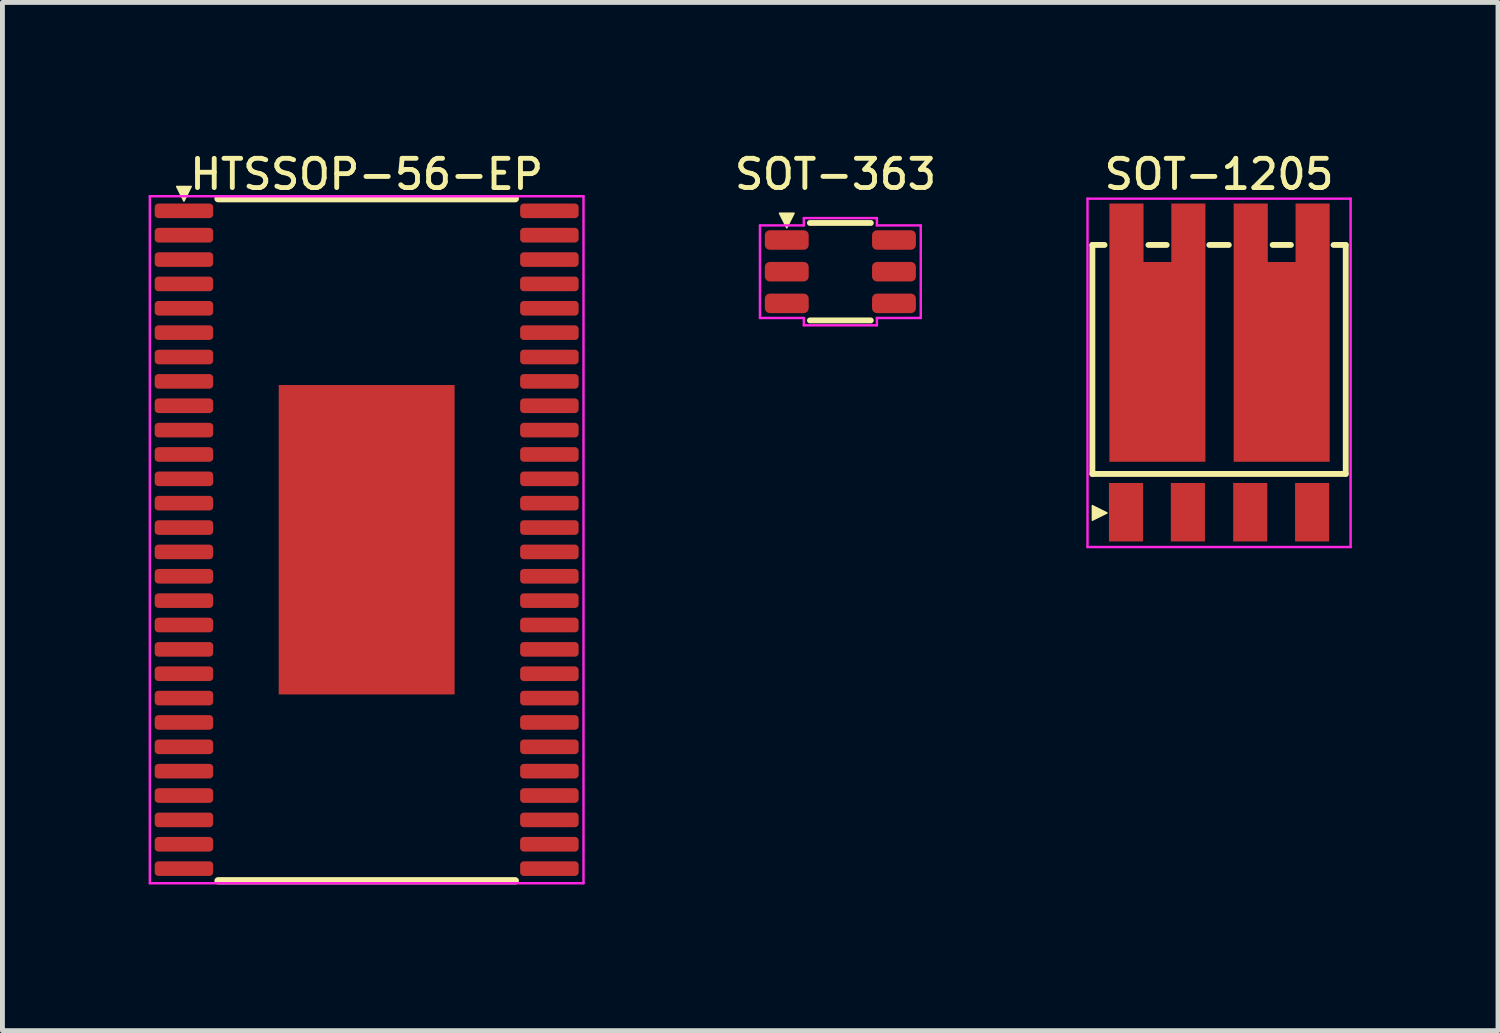
<source format=kicad_pcb>
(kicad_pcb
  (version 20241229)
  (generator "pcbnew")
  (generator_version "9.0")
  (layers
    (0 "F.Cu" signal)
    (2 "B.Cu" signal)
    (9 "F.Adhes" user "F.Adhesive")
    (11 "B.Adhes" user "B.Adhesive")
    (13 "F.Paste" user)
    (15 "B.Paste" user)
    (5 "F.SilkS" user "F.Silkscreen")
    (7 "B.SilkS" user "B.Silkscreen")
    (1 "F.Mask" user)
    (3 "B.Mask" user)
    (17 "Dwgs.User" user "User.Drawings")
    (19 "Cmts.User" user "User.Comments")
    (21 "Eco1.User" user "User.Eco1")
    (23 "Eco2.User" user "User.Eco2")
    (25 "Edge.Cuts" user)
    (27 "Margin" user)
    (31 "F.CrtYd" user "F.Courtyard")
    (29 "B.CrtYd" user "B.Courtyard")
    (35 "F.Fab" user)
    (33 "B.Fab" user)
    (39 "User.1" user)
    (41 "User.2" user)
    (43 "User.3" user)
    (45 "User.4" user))
  (footprint "SOT-363"
    (layer "F.Cu")
    (at 14.197 2.526)
    (property "Reference" "SOT-363" (at -0.1 -2 0) (layer "F.SilkS") (effects (font (size 0.6 0.6) (thickness 0.1))))
    (attr smd)
    (fp_line (start -0.625 -1) (end 0.625 -1) (stroke (width 0.12) (type solid)) (layer "F.SilkS"))
    (fp_line (start -0.625 1) (end 0.625 1) (stroke (width 0.12) (type solid)) (layer "F.SilkS"))
    (fp_poly (pts (xy -1.1 -0.9) (xy -1.25 -1.2) (xy -0.95 -1.2)) (stroke (width 0.03) (type solid)) (fill yes) (layer "F.SilkS"))
    (fp_line (start -1.65 -0.95) (end -1.65 0.95) (stroke (width 0.05) (type solid)) (layer "F.CrtYd"))
    (fp_line (start -1.65 0.95) (end -0.75 0.95) (stroke (width 0.05) (type solid)) (layer "F.CrtYd"))
    (fp_line (start -0.75 -1.1) (end -0.75 -0.95) (stroke (width 0.05) (type solid)) (layer "F.CrtYd"))
    (fp_line (start -0.75 -0.95) (end -1.65 -0.95) (stroke (width 0.05) (type solid)) (layer "F.CrtYd"))
    (fp_line (start -0.75 0.95) (end -0.75 1.1) (stroke (width 0.05) (type solid)) (layer "F.CrtYd"))
    (fp_line (start -0.75 1.1) (end 0.75 1.1) (stroke (width 0.05) (type solid)) (layer "F.CrtYd"))
    (fp_line (start 0.75 -1.1) (end -0.75 -1.1) (stroke (width 0.05) (type solid)) (layer "F.CrtYd"))
    (fp_line (start 0.75 -0.95) (end 0.75 -1.1) (stroke (width 0.05) (type solid)) (layer "F.CrtYd"))
    (fp_line (start 0.75 0.95) (end 1.65 0.95) (stroke (width 0.05) (type solid)) (layer "F.CrtYd"))
    (fp_line (start 0.75 1.1) (end 0.75 0.95) (stroke (width 0.05) (type solid)) (layer "F.CrtYd"))
    (fp_line (start 1.65 -0.95) (end 0.75 -0.95) (stroke (width 0.05) (type solid)) (layer "F.CrtYd"))
    (fp_line (start 1.65 0.95) (end 1.65 -0.95) (stroke (width 0.05) (type solid)) (layer "F.CrtYd"))
    (pad "1" smd roundrect (at -1.1 -0.65) (size 0.9 0.4) (layers "F.Cu" "F.Mask" "F.Paste") (roundrect_rratio 0.25))
    (pad "2" smd roundrect (at -1.1 0) (size 0.9 0.4) (layers "F.Cu" "F.Mask" "F.Paste") (roundrect_rratio 0.25))
    (pad "3" smd roundrect (at -1.1 0.65) (size 0.9 0.4) (layers "F.Cu" "F.Mask" "F.Paste") (roundrect_rratio 0.25))
    (pad "4" smd roundrect (at 1.1 0.65) (size 0.9 0.4) (layers "F.Cu" "F.Mask" "F.Paste") (roundrect_rratio 0.25))
    (pad "5" smd roundrect (at 1.1 0) (size 0.9 0.4) (layers "F.Cu" "F.Mask" "F.Paste") (roundrect_rratio 0.25))
    (pad "6" smd roundrect (at 1.1 -0.65) (size 0.9 0.4) (layers "F.Cu" "F.Mask" "F.Paste") (roundrect_rratio 0.25)))
  (footprint "HTSSOP-56-EP"
    (layer "F.Cu")
    (at 4.475 8.027)
    (property "Reference" "HTSSOP-56-EP" (at 0 -7.5 0) (layer "F.SilkS") (effects (font (size 0.6 0.6) (thickness 0.1))))
    (attr smd)
    (fp_line (start -3.05 -7) (end 3.05 -7) (stroke (width 0.15) (type solid)) (layer "F.SilkS"))
    (fp_line (start -3.05 7) (end 3.05 7) (stroke (width 0.15) (type solid)) (layer "F.SilkS"))
    (fp_poly (pts (xy -3.75 -6.95) (xy -3.9 -7.25) (xy -3.6 -7.25)) (stroke (width 0.03) (type solid)) (fill yes) (layer "F.SilkS"))
    (fp_line (start -4.45 -7.05) (end -4.45 7.05) (stroke (width 0.05) (type solid)) (layer "F.CrtYd"))
    (fp_line (start -4.45 -7.05) (end 4.45 -7.05) (stroke (width 0.05) (type solid)) (layer "F.CrtYd"))
    (fp_line (start -4.45 7.05) (end 4.45 7.05) (stroke (width 0.05) (type solid)) (layer "F.CrtYd"))
    (fp_line (start 4.45 -7.05) (end 4.45 7.05) (stroke (width 0.05) (type solid)) (layer "F.CrtYd"))
    (pad "" smd rect (at -1.203 -2.54) (size 0.96 1.03) (layers "F.Paste"))
    (pad "" smd rect (at -1.203 -1.27) (size 0.96 1.03) (layers "F.Paste"))
    (pad "" smd rect (at -1.203 0) (size 0.96 1.03) (layers "F.Paste"))
    (pad "" smd rect (at -1.203 1.27) (size 0.96 1.03) (layers "F.Paste"))
    (pad "" smd rect (at -1.203 2.54) (size 0.96 1.03) (layers "F.Paste"))
    (pad "" smd rect (at 0 -2.54) (size 0.96 1.03) (layers "F.Paste"))
    (pad "" smd rect (at 0 -1.27) (size 0.96 1.03) (layers "F.Paste"))
    (pad "" smd rect (at 0 0) (size 0.96 1.03) (layers "F.Paste"))
    (pad "" smd rect (at 0 1.27) (size 0.96 1.03) (layers "F.Paste"))
    (pad "" smd rect (at 0 2.54) (size 0.96 1.03) (layers "F.Paste"))
    (pad "" smd rect (at 1.203 -2.54) (size 0.96 1.03) (layers "F.Paste"))
    (pad "" smd rect (at 1.203 -1.27) (size 0.96 1.03) (layers "F.Paste"))
    (pad "" smd rect (at 1.203 0) (size 0.96 1.03) (layers "F.Paste"))
    (pad "" smd rect (at 1.203 1.27) (size 0.96 1.03) (layers "F.Paste"))
    (pad "" smd rect (at 1.203 2.54) (size 0.96 1.03) (layers "F.Paste"))
    (pad "1" smd roundrect (at -3.75 -6.75) (size 1.2 0.3) (layers "F.Cu" "F.Mask" "F.Paste") (roundrect_rratio 0.25))
    (pad "2" smd roundrect (at -3.75 -6.25) (size 1.2 0.3) (layers "F.Cu" "F.Mask" "F.Paste") (roundrect_rratio 0.25))
    (pad "3" smd roundrect (at -3.75 -5.75) (size 1.2 0.3) (layers "F.Cu" "F.Mask" "F.Paste") (roundrect_rratio 0.25))
    (pad "4" smd roundrect (at -3.75 -5.25) (size 1.2 0.3) (layers "F.Cu" "F.Mask" "F.Paste") (roundrect_rratio 0.25))
    (pad "5" smd roundrect (at -3.75 -4.75) (size 1.2 0.3) (layers "F.Cu" "F.Mask" "F.Paste") (roundrect_rratio 0.25))
    (pad "6" smd roundrect (at -3.75 -4.25) (size 1.2 0.3) (layers "F.Cu" "F.Mask" "F.Paste") (roundrect_rratio 0.25))
    (pad "7" smd roundrect (at -3.75 -3.75) (size 1.2 0.3) (layers "F.Cu" "F.Mask" "F.Paste") (roundrect_rratio 0.25))
    (pad "8" smd roundrect (at -3.75 -3.25) (size 1.2 0.3) (layers "F.Cu" "F.Mask" "F.Paste") (roundrect_rratio 0.25))
    (pad "9" smd roundrect (at -3.75 -2.75) (size 1.2 0.3) (layers "F.Cu" "F.Mask" "F.Paste") (roundrect_rratio 0.25))
    (pad "10" smd roundrect (at -3.75 -2.25) (size 1.2 0.3) (layers "F.Cu" "F.Mask" "F.Paste") (roundrect_rratio 0.25))
    (pad "11" smd roundrect (at -3.75 -1.75) (size 1.2 0.3) (layers "F.Cu" "F.Mask" "F.Paste") (roundrect_rratio 0.25))
    (pad "12" smd roundrect (at -3.75 -1.25) (size 1.2 0.3) (layers "F.Cu" "F.Mask" "F.Paste") (roundrect_rratio 0.25))
    (pad "13" smd roundrect (at -3.75 -0.75) (size 1.2 0.3) (layers "F.Cu" "F.Mask" "F.Paste") (roundrect_rratio 0.25))
    (pad "14" smd roundrect (at -3.75 -0.25) (size 1.2 0.3) (layers "F.Cu" "F.Mask" "F.Paste") (roundrect_rratio 0.25))
    (pad "15" smd roundrect (at -3.75 0.25) (size 1.2 0.3) (layers "F.Cu" "F.Mask" "F.Paste") (roundrect_rratio 0.25))
    (pad "16" smd roundrect (at -3.75 0.75) (size 1.2 0.3) (layers "F.Cu" "F.Mask" "F.Paste") (roundrect_rratio 0.25))
    (pad "17" smd roundrect (at -3.75 1.25) (size 1.2 0.3) (layers "F.Cu" "F.Mask" "F.Paste") (roundrect_rratio 0.25))
    (pad "18" smd roundrect (at -3.75 1.75) (size 1.2 0.3) (layers "F.Cu" "F.Mask" "F.Paste") (roundrect_rratio 0.25))
    (pad "19" smd roundrect (at -3.75 2.25) (size 1.2 0.3) (layers "F.Cu" "F.Mask" "F.Paste") (roundrect_rratio 0.25))
    (pad "20" smd roundrect (at -3.75 2.75) (size 1.2 0.3) (layers "F.Cu" "F.Mask" "F.Paste") (roundrect_rratio 0.25))
    (pad "21" smd roundrect (at -3.75 3.25) (size 1.2 0.3) (layers "F.Cu" "F.Mask" "F.Paste") (roundrect_rratio 0.25))
    (pad "22" smd roundrect (at -3.75 3.75) (size 1.2 0.3) (layers "F.Cu" "F.Mask" "F.Paste") (roundrect_rratio 0.25))
    (pad "23" smd roundrect (at -3.75 4.25) (size 1.2 0.3) (layers "F.Cu" "F.Mask" "F.Paste") (roundrect_rratio 0.25))
    (pad "24" smd roundrect (at -3.75 4.75) (size 1.2 0.3) (layers "F.Cu" "F.Mask" "F.Paste") (roundrect_rratio 0.25))
    (pad "25" smd roundrect (at -3.75 5.25) (size 1.2 0.3) (layers "F.Cu" "F.Mask" "F.Paste") (roundrect_rratio 0.25))
    (pad "26" smd roundrect (at -3.75 5.75) (size 1.2 0.3) (layers "F.Cu" "F.Mask" "F.Paste") (roundrect_rratio 0.25))
    (pad "27" smd roundrect (at -3.75 6.25) (size 1.2 0.3) (layers "F.Cu" "F.Mask" "F.Paste") (roundrect_rratio 0.25))
    (pad "28" smd roundrect (at -3.75 6.75) (size 1.2 0.3) (layers "F.Cu" "F.Mask" "F.Paste") (roundrect_rratio 0.25))
    (pad "29" smd roundrect (at 3.75 6.75) (size 1.2 0.3) (layers "F.Cu" "F.Mask" "F.Paste") (roundrect_rratio 0.25))
    (pad "30" smd roundrect (at 3.75 6.25) (size 1.2 0.3) (layers "F.Cu" "F.Mask" "F.Paste") (roundrect_rratio 0.25))
    (pad "31" smd roundrect (at 3.75 5.75) (size 1.2 0.3) (layers "F.Cu" "F.Mask" "F.Paste") (roundrect_rratio 0.25))
    (pad "32" smd roundrect (at 3.75 5.25) (size 1.2 0.3) (layers "F.Cu" "F.Mask" "F.Paste") (roundrect_rratio 0.25))
    (pad "33" smd roundrect (at 3.75 4.75) (size 1.2 0.3) (layers "F.Cu" "F.Mask" "F.Paste") (roundrect_rratio 0.25))
    (pad "34" smd roundrect (at 3.75 4.25) (size 1.2 0.3) (layers "F.Cu" "F.Mask" "F.Paste") (roundrect_rratio 0.25))
    (pad "35" smd roundrect (at 3.75 3.75) (size 1.2 0.3) (layers "F.Cu" "F.Mask" "F.Paste") (roundrect_rratio 0.25))
    (pad "36" smd roundrect (at 3.75 3.25) (size 1.2 0.3) (layers "F.Cu" "F.Mask" "F.Paste") (roundrect_rratio 0.25))
    (pad "37" smd roundrect (at 3.75 2.75) (size 1.2 0.3) (layers "F.Cu" "F.Mask" "F.Paste") (roundrect_rratio 0.25))
    (pad "38" smd roundrect (at 3.75 2.25) (size 1.2 0.3) (layers "F.Cu" "F.Mask" "F.Paste") (roundrect_rratio 0.25))
    (pad "39" smd roundrect (at 3.75 1.75) (size 1.2 0.3) (layers "F.Cu" "F.Mask" "F.Paste") (roundrect_rratio 0.25))
    (pad "40" smd roundrect (at 3.75 1.25) (size 1.2 0.3) (layers "F.Cu" "F.Mask" "F.Paste") (roundrect_rratio 0.25))
    (pad "41" smd roundrect (at 3.75 0.75) (size 1.2 0.3) (layers "F.Cu" "F.Mask" "F.Paste") (roundrect_rratio 0.25))
    (pad "42" smd roundrect (at 3.75 0.25) (size 1.2 0.3) (layers "F.Cu" "F.Mask" "F.Paste") (roundrect_rratio 0.25))
    (pad "43" smd roundrect (at 3.75 -0.25) (size 1.2 0.3) (layers "F.Cu" "F.Mask" "F.Paste") (roundrect_rratio 0.25))
    (pad "44" smd roundrect (at 3.75 -0.75) (size 1.2 0.3) (layers "F.Cu" "F.Mask" "F.Paste") (roundrect_rratio 0.25))
    (pad "45" smd roundrect (at 3.75 -1.25) (size 1.2 0.3) (layers "F.Cu" "F.Mask" "F.Paste") (roundrect_rratio 0.25))
    (pad "46" smd roundrect (at 3.75 -1.75) (size 1.2 0.3) (layers "F.Cu" "F.Mask" "F.Paste") (roundrect_rratio 0.25))
    (pad "47" smd roundrect (at 3.75 -2.25) (size 1.2 0.3) (layers "F.Cu" "F.Mask" "F.Paste") (roundrect_rratio 0.25))
    (pad "48" smd roundrect (at 3.75 -2.75) (size 1.2 0.3) (layers "F.Cu" "F.Mask" "F.Paste") (roundrect_rratio 0.25))
    (pad "49" smd roundrect (at 3.75 -3.25) (size 1.2 0.3) (layers "F.Cu" "F.Mask" "F.Paste") (roundrect_rratio 0.25))
    (pad "50" smd roundrect (at 3.75 -3.75) (size 1.2 0.3) (layers "F.Cu" "F.Mask" "F.Paste") (roundrect_rratio 0.25))
    (pad "51" smd roundrect (at 3.75 -4.25) (size 1.2 0.3) (layers "F.Cu" "F.Mask" "F.Paste") (roundrect_rratio 0.25))
    (pad "52" smd roundrect (at 3.75 -4.75) (size 1.2 0.3) (layers "F.Cu" "F.Mask" "F.Paste") (roundrect_rratio 0.25))
    (pad "53" smd roundrect (at 3.75 -5.25) (size 1.2 0.3) (layers "F.Cu" "F.Mask" "F.Paste") (roundrect_rratio 0.25))
    (pad "54" smd roundrect (at 3.75 -5.75) (size 1.2 0.3) (layers "F.Cu" "F.Mask" "F.Paste") (roundrect_rratio 0.25))
    (pad "55" smd roundrect (at 3.75 -6.25) (size 1.2 0.3) (layers "F.Cu" "F.Mask" "F.Paste") (roundrect_rratio 0.25))
    (pad "56" smd roundrect (at 3.75 -6.75) (size 1.2 0.3) (layers "F.Cu" "F.Mask" "F.Paste") (roundrect_rratio 0.25))
    (pad "57" smd trapezoid (at 0 0) (size 3.61 6.35) (layers "F.Cu" "F.Mask")))
  (footprint "SOT-1205"
    (layer "F.Cu")
    (at 21.969 4.327)
    (property "Reference" "SOT-1205" (at 0 -3.8 0) (layer "F.SilkS") (effects (font (size 0.6 0.6) (thickness 0.1))))
    (attr smd)
    (fp_line (start -2.6 -2.35) (end -2.6 2.35) (stroke (width 0.12) (type solid)) (layer "F.SilkS"))
    (fp_line (start -2.6 2.35) (end 2.6 2.35) (stroke (width 0.12) (type solid)) (layer "F.SilkS"))
    (fp_line (start -2.35 -2.35) (end -2.6 -2.35) (stroke (width 0.12) (type solid)) (layer "F.SilkS"))
    (fp_line (start -1.075 -2.35) (end -1.45 -2.35) (stroke (width 0.12) (type solid)) (layer "F.SilkS"))
    (fp_line (start 0.2 -2.35) (end -0.2 -2.35) (stroke (width 0.12) (type solid)) (layer "F.SilkS"))
    (fp_line (start 1.475 -2.35) (end 1.1 -2.35) (stroke (width 0.12) (type solid)) (layer "F.SilkS"))
    (fp_line (start 2.6 -2.35) (end 2.35 -2.35) (stroke (width 0.12) (type solid)) (layer "F.SilkS"))
    (fp_line (start 2.6 -2.35) (end 2.6 2.35) (stroke (width 0.12) (type solid)) (layer "F.SilkS"))
    (fp_poly (pts (xy -2.3 3.15) (xy -2.6 3.3) (xy -2.6 3)) (stroke (width 0.03) (type solid)) (fill yes) (layer "F.SilkS"))
    (fp_line (start -2.7 -3.3) (end -2.7 3.85) (stroke (width 0.05) (type solid)) (layer "F.CrtYd"))
    (fp_line (start -2.7 -3.3) (end 2.7 -3.3) (stroke (width 0.05) (type solid)) (layer "F.CrtYd"))
    (fp_line (start 2.7 3.85) (end -2.7 3.85) (stroke (width 0.05) (type solid)) (layer "F.CrtYd"))
    (fp_line (start 2.7 3.85) (end 2.7 -3.3) (stroke (width 0.05) (type solid)) (layer "F.CrtYd"))
    (pad "1" smd rect (at -1.91 3.135) (size 0.7 1.2) (layers "F.Cu" "F.Mask" "F.Paste"))
    (pad "2" smd rect (at -0.64 3.135) (size 0.7 1.2) (layers "F.Cu" "F.Mask" "F.Paste"))
    (pad "3" smd rect (at 0.64 3.135) (size 0.7 1.2) (layers "F.Cu" "F.Mask" "F.Paste"))
    (pad "4" smd rect (at 1.91 3.135) (size 0.7 1.2) (layers "F.Cu" "F.Mask" "F.Paste"))
    (pad "5" smd custom (at 0.65 -2.6) (size 0.7 1.2) (layers "F.Cu" "F.Mask" "F.Paste") (options (anchor rect)) (primitives (gr_poly (pts (xy 0.35 -0.6) (xy 0.35 0.6) (xy 0.92 0.6) (xy 0.92 -0.6) (xy 1.62 -0.6) (xy 1.62 4.7) (xy -0.35 4.7) (xy -0.35 -0.6)) (width 0) (fill yes))))
    (pad "6" smd custom (at -1.9 -2.6) (size 0.7 1.2) (layers "F.Cu" "F.Mask" "F.Paste") (options (anchor rect)) (primitives (gr_poly (pts (xy 0.35 -0.6) (xy 0.35 0.6) (xy 0.92 0.6) (xy 0.92 -0.6) (xy 1.62 -0.6) (xy 1.62 4.7) (xy -0.35 4.7) (xy -0.35 -0.6)) (width 0) (fill yes)))))
  (gr_rect
    (start -3 -3)
    (end 27.694 18.102)
    (stroke (width 0.1) (type default))
    (fill no)
    (layer "Edge.Cuts")))
</source>
